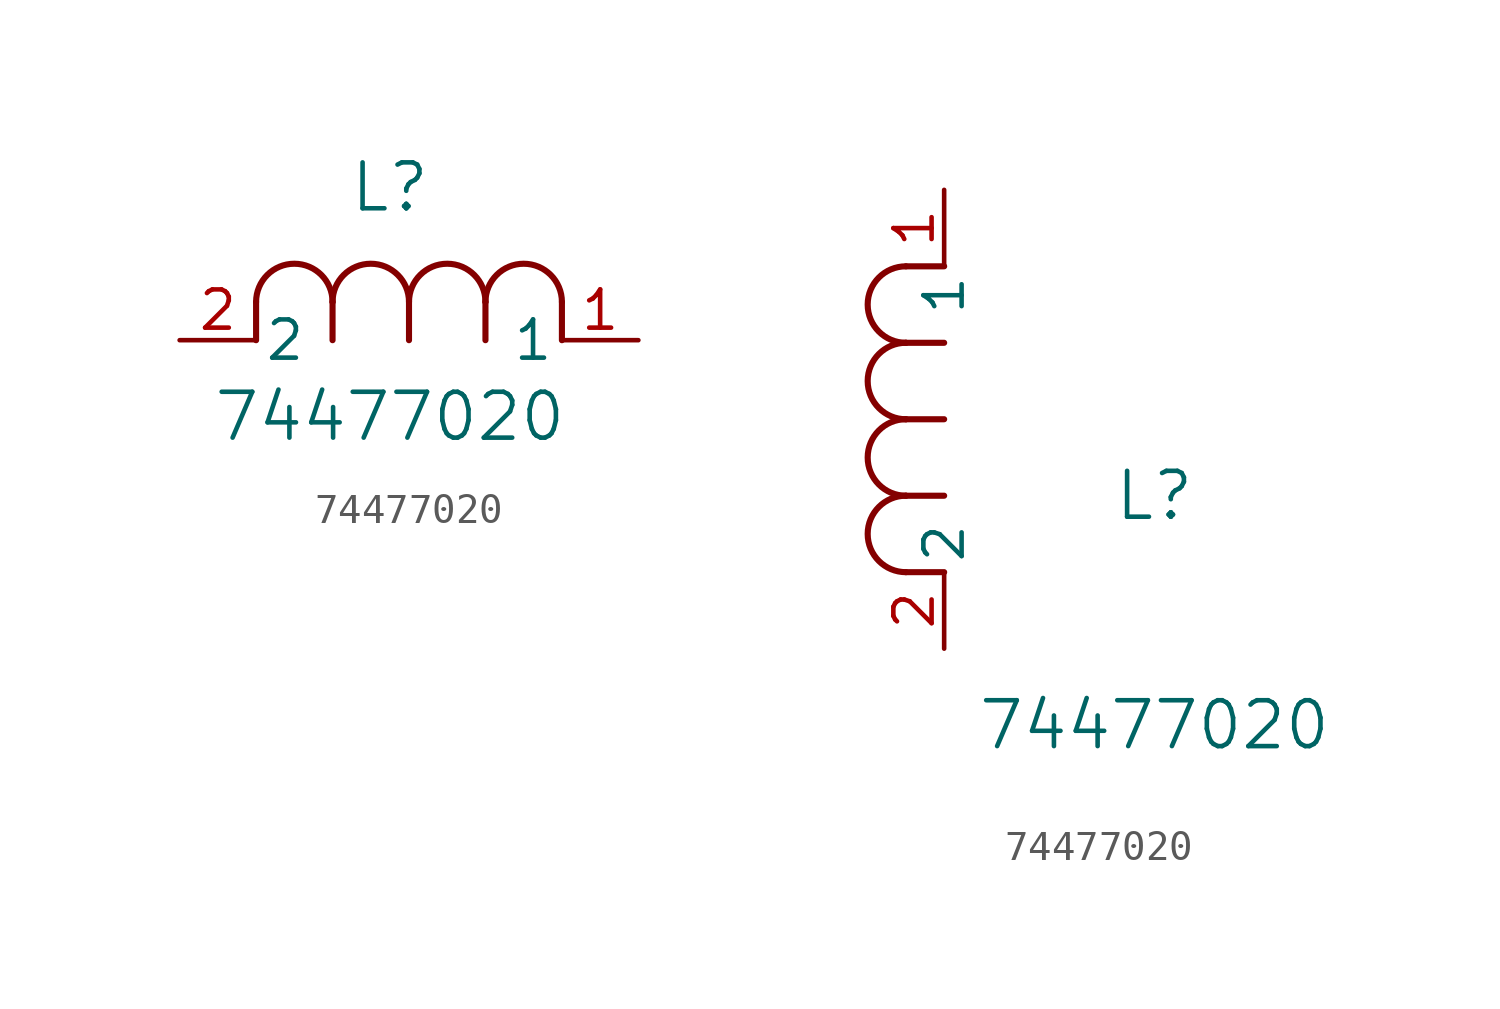
<source format=kicad_sym>
(kicad_symbol_lib
  (version 20211014)
  (generator kicad_symbol_editor)
  (symbol "74477020"
    (pin_names
      (offset 0.254))
    (property "Reference" "L"
      (at 6.985 5.08 0)
      (effects (font (size 1.524 1.524))))
    (property "Value" "74477020"
      (at 6.985 -2.54 0)
      (effects (font (size 1.524 1.524))))
    (symbol "74477020_1_1"
      (arc (start 7.62 1.27) (mid 6.35 2.54) (end 5.08 1.27) (stroke (width 0.2032) (type default) (color 0 0 0 0)) (fill (type none)))
      (polyline (pts (xy 5.08 0) (xy 5.08 1.27)) (stroke (width 0.203) (type default) (color 0 0 0 0)) (fill (type none)))
      (polyline (pts (xy 7.62 0) (xy 7.62 1.27)) (stroke (width 0.203) (type default) (color 0 0 0 0)) (fill (type none)))
      (polyline (pts (xy 12.7 0) (xy 12.7 1.27)) (stroke (width 0.203) (type default) (color 0 0 0 0)) (fill (type none)))
      (arc (start 5.08 1.27) (mid 3.81 2.54) (end 2.54 1.27) (stroke (width 0.2032) (type default) (color 0 0 0 0)) (fill (type none)))
      (arc (start 10.16 1.27) (mid 8.89 2.54) (end 7.62 1.27) (stroke (width 0.2032) (type default) (color 0 0 0 0)) (fill (type none)))
      (arc (start 12.7 1.27) (mid 11.43 2.54) (end 10.16 1.27) (stroke (width 0.2032) (type default) (color 0 0 0 0)) (fill (type none)))
      (polyline (pts (xy 2.54 0) (xy 2.54 1.27)) (stroke (width 0.203) (type default) (color 0 0 0 0)) (fill (type none)))
      (polyline (pts (xy 10.16 0) (xy 10.16 1.27)) (stroke (width 0.203) (type default) (color 0 0 0 0)) (fill (type none)))
      (pin unspecified line (at 0 0 0) (length 2.54) (name "2" (effects (font (size 1.27 1.27)))) (number "2" (effects (font (size 1.27 1.27)))))
      (pin unspecified line (at 15.24 0 180) (length 2.54) (name "1" (effects (font (size 1.27 1.27)))) (number "1" (effects (font (size 1.27 1.27))))))
    (symbol "74477020_1_2"
      (arc (start -1.27 7.62) (mid -2.54 6.35) (end -1.27 5.08) (stroke (width 0.2032) (type default) (color 0 0 0 0)) (fill (type none)))
      (arc (start -1.27 5.08) (mid -2.54 3.81) (end -1.27 2.54) (stroke (width 0.2032) (type default) (color 0 0 0 0)) (fill (type none)))
      (arc (start -1.27 12.7) (mid -2.54 11.43) (end -1.27 10.16) (stroke (width 0.2032) (type default) (color 0 0 0 0)) (fill (type none)))
      (arc (start -1.27 10.16) (mid -2.54 8.89) (end -1.27 7.62) (stroke (width 0.2032) (type default) (color 0 0 0 0)) (fill (type none)))
      (polyline (pts (xy 0 7.62) (xy -1.27 7.62)) (stroke (width 0.203) (type default) (color 0 0 0 0)) (fill (type none)))
      (polyline (pts (xy 0 5.08) (xy -1.27 5.08)) (stroke (width 0.203) (type default) (color 0 0 0 0)) (fill (type none)))
      (polyline (pts (xy 0 12.7) (xy -1.27 12.7)) (stroke (width 0.203) (type default) (color 0 0 0 0)) (fill (type none)))
      (polyline (pts (xy 0 2.54) (xy -1.27 2.54)) (stroke (width 0.203) (type default) (color 0 0 0 0)) (fill (type none)))
      (polyline (pts (xy 0 10.16) (xy -1.27 10.16)) (stroke (width 0.203) (type default) (color 0 0 0 0)) (fill (type none)))
      (pin unspecified line (at 0 0 90) (length 2.54) (name "2" (effects (font (size 1.27 1.27)))) (number "2" (effects (font (size 1.27 1.27)))))
      (pin unspecified line (at 0 15.24 270) (length 2.54) (name "1" (effects (font (size 1.27 1.27)))) (number "1" (effects (font (size 1.27 1.27))))))))
</source>
